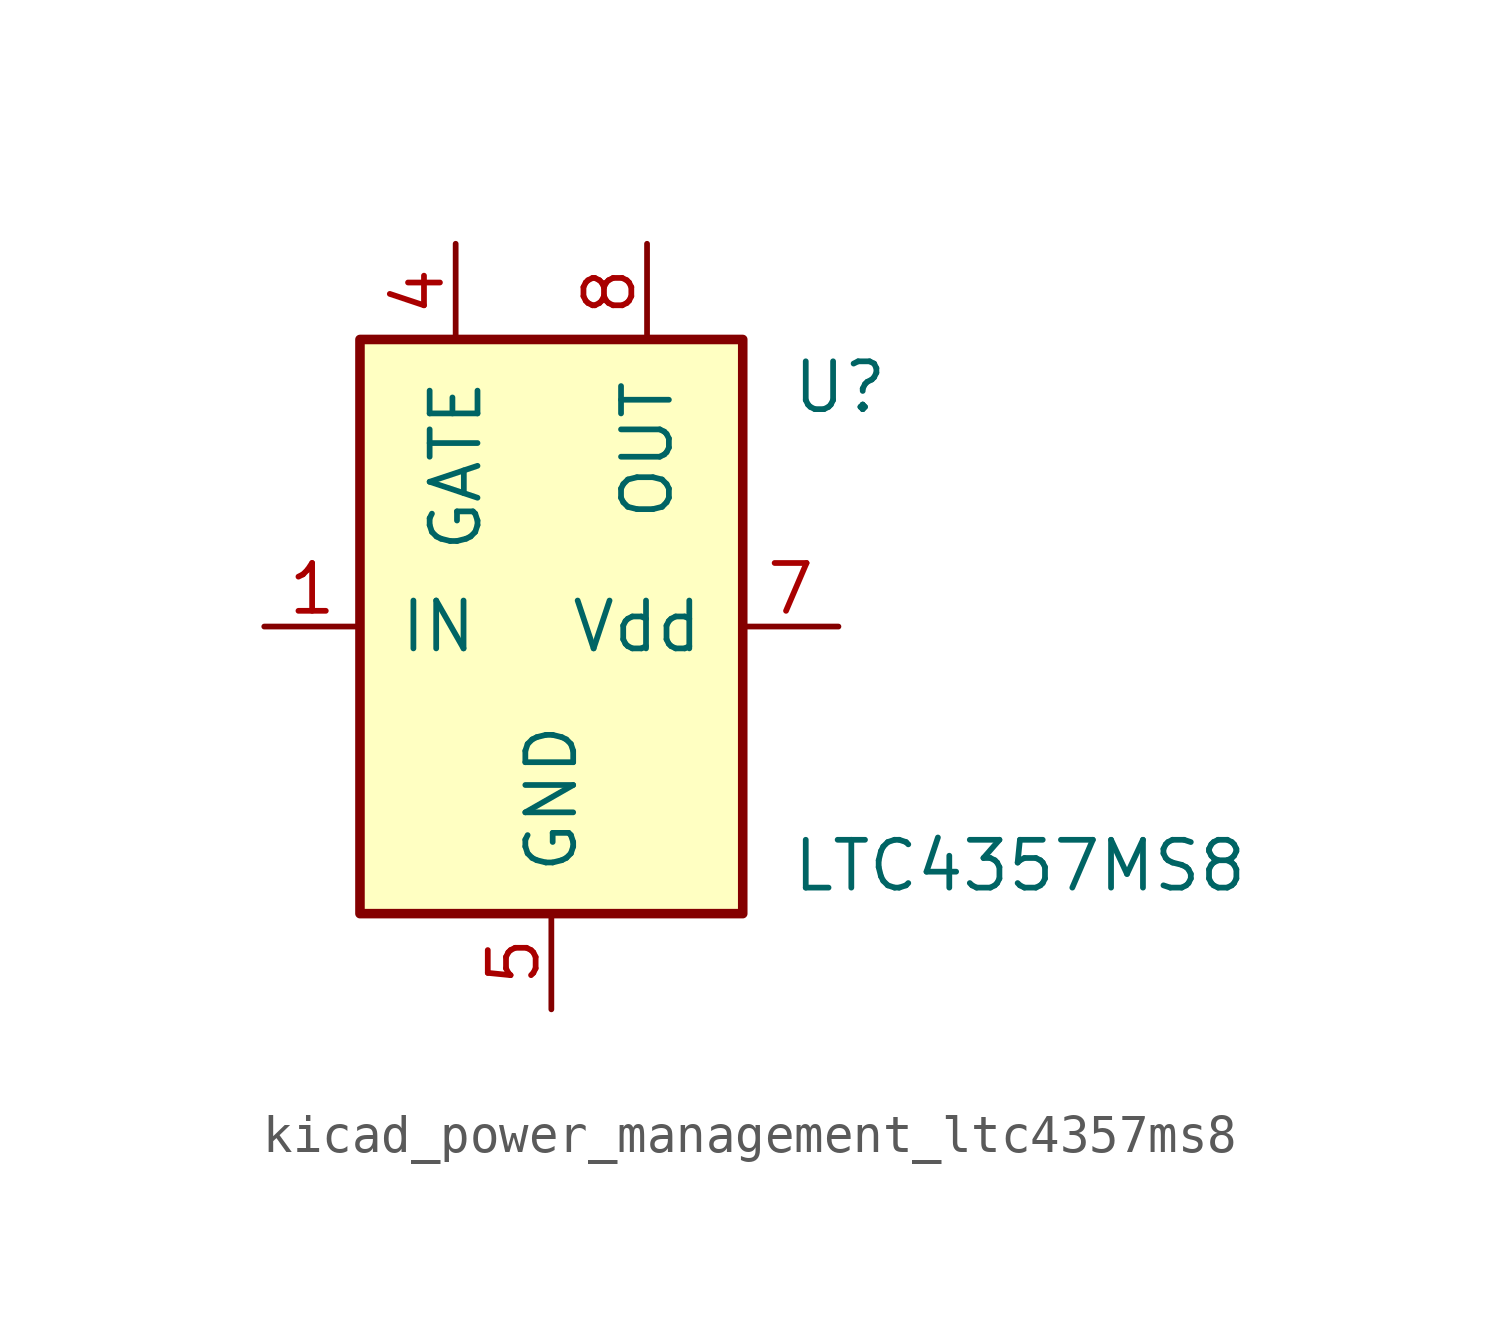
<source format=kicad_sym>
(kicad_symbol_lib
  (version 20220914)
  (generator kicad_symbol_editor)
  (symbol "kicad_power_management_ltc4357ms8"
    (pin_names
      (offset 1.016))
    (property "Reference" "U"
      (at 6.35 6.35 0)
      (effects (font (size 1.27 1.27)) (justify left)))
    (property "Value" "LTC4357MS8"
      (at 6.35 -6.35 0)
      (effects (font (size 1.27 1.27)) (justify left)))
    (symbol "kicad_power_management_ltc4357ms8_0_1"
      (rectangle (start -5.08 7.62) (end 5.08 -7.62) (stroke (width 0.254) (type default)) (fill (type background))))
    (symbol "kicad_power_management_ltc4357ms8_1_1"
      (pin input line (at -7.62 0 0) (length 2.54) (name "IN" (effects (font (size 1.27 1.27)))) (number "1" (effects (font (size 1.27 1.27)))))
      (pin no_connect line (at -5.08 -2.54 0) (length 2.54) hide (name "NC" (effects (font (size 1.27 1.27)))) (number "2" (effects (font (size 1.27 1.27)))))
      (pin no_connect line (at -5.08 -5.08 0) (length 2.54) hide (name "NC" (effects (font (size 1.27 1.27)))) (number "3" (effects (font (size 1.27 1.27)))))
      (pin output line (at -2.54 10.16 270) (length 2.54) (name "GATE" (effects (font (size 1.27 1.27)))) (number "4" (effects (font (size 1.27 1.27)))))
      (pin power_in line (at 0 -10.16 90) (length 2.54) (name "GND" (effects (font (size 1.27 1.27)))) (number "5" (effects (font (size 1.27 1.27)))))
      (pin no_connect line (at 2.54 -7.62 90) (length 2.54) hide (name "NC" (effects (font (size 1.27 1.27)))) (number "6" (effects (font (size 1.27 1.27)))))
      (pin power_in line (at 7.62 0 180) (length 2.54) (name "Vdd" (effects (font (size 1.27 1.27)))) (number "7" (effects (font (size 1.27 1.27)))))
      (pin input line (at 2.54 10.16 270) (length 2.54) (name "OUT" (effects (font (size 1.27 1.27)))) (number "8" (effects (font (size 1.27 1.27))))))))
</source>
